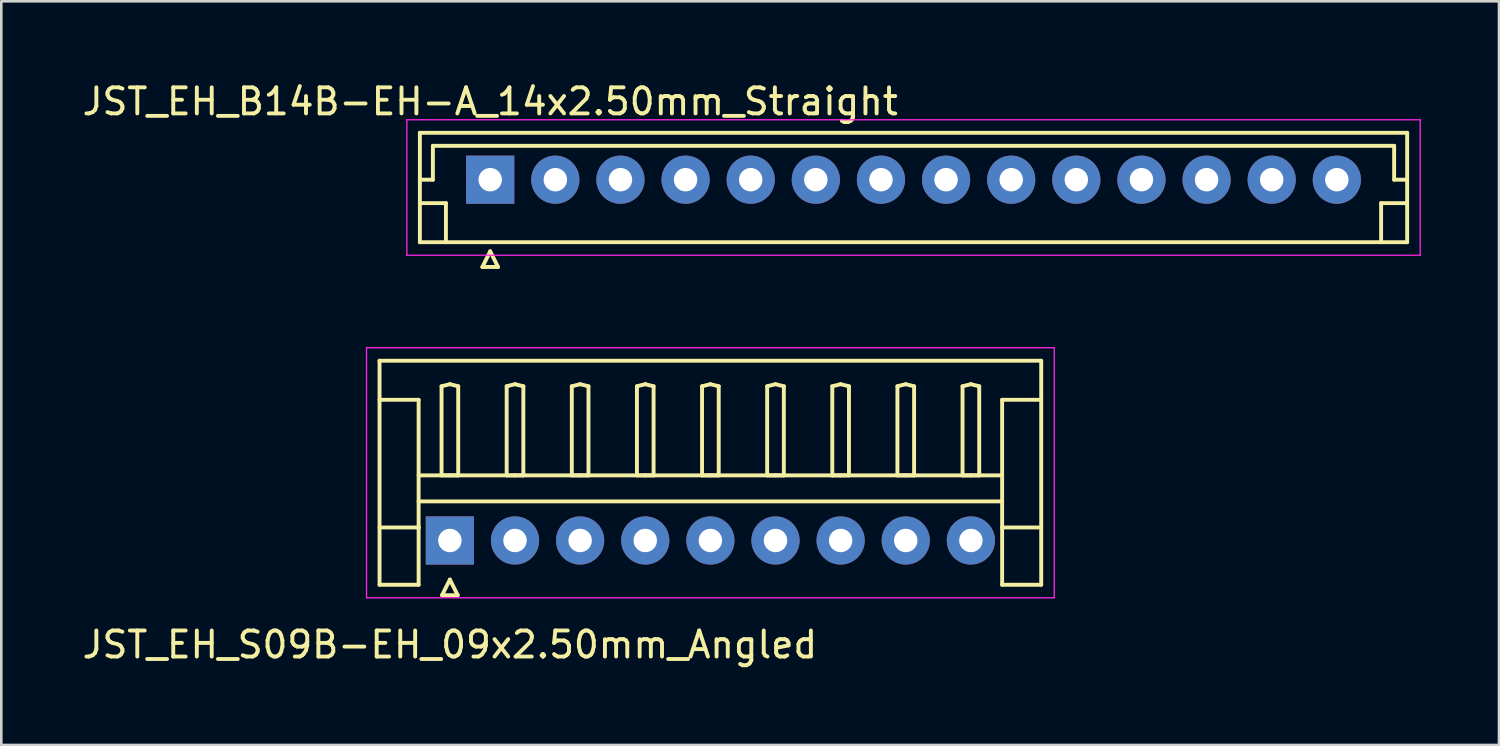
<source format=kicad_pcb>
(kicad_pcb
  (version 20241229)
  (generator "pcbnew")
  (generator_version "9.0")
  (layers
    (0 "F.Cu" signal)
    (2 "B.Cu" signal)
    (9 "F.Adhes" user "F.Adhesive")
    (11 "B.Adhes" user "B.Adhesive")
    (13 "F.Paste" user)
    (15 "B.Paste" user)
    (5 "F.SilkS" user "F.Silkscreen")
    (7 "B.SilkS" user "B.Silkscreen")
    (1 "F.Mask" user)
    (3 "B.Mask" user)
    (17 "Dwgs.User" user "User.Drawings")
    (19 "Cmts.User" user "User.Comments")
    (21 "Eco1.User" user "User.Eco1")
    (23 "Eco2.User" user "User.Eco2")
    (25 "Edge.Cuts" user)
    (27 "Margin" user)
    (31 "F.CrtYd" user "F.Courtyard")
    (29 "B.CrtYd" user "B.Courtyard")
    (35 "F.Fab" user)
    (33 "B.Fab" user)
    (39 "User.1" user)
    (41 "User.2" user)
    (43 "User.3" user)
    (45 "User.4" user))
  (footprint "JST_EH_B14B-EH-A_14x2.50mm_Straight"
    (layer "F.Cu")
    (at 15.768 3.848)
    (property "Reference" "JST_EH_B14B-EH-A_14x2.50mm_Straight" (at 0 -3 0) (layer "F.SilkS") (effects (font (size 1 1) (thickness 0.15))))
    (attr through_hole)
    (fp_line (start -2.7 -1.8) (end -2.7 2.4) (stroke (width 0.15) (type solid)) (layer "F.SilkS"))
    (fp_line (start -2.7 0) (end -2.2 0) (stroke (width 0.15) (type solid)) (layer "F.SilkS"))
    (fp_line (start -2.7 0.9) (end -1.7 0.9) (stroke (width 0.15) (type solid)) (layer "F.SilkS"))
    (fp_line (start -2.7 2.4) (end 35.2 2.4) (stroke (width 0.15) (type solid)) (layer "F.SilkS"))
    (fp_line (start -2.2 -1.3) (end 34.7 -1.3) (stroke (width 0.15) (type solid)) (layer "F.SilkS"))
    (fp_line (start -2.2 0) (end -2.2 -1.3) (stroke (width 0.15) (type solid)) (layer "F.SilkS"))
    (fp_line (start -1.7 0.9) (end -1.7 2.4) (stroke (width 0.15) (type solid)) (layer "F.SilkS"))
    (fp_line (start -0.3 3.35) (end 0.3 3.35) (stroke (width 0.15) (type solid)) (layer "F.SilkS"))
    (fp_line (start 0 2.75) (end -0.3 3.35) (stroke (width 0.15) (type solid)) (layer "F.SilkS"))
    (fp_line (start 0.3 3.35) (end 0 2.75) (stroke (width 0.15) (type solid)) (layer "F.SilkS"))
    (fp_line (start 34.2 0.9) (end 34.2 2.4) (stroke (width 0.15) (type solid)) (layer "F.SilkS"))
    (fp_line (start 34.7 -1.3) (end 34.7 0) (stroke (width 0.15) (type solid)) (layer "F.SilkS"))
    (fp_line (start 34.7 0) (end 35.2 0) (stroke (width 0.15) (type solid)) (layer "F.SilkS"))
    (fp_line (start 35.2 -1.8) (end -2.7 -1.8) (stroke (width 0.15) (type solid)) (layer "F.SilkS"))
    (fp_line (start 35.2 0.9) (end 34.2 0.9) (stroke (width 0.15) (type solid)) (layer "F.SilkS"))
    (fp_line (start 35.2 2.4) (end 35.2 -1.8) (stroke (width 0.15) (type solid)) (layer "F.SilkS"))
    (fp_line (start -3.2 -2.3) (end -3.2 2.9) (stroke (width 0.05) (type solid)) (layer "F.CrtYd"))
    (fp_line (start -3.2 2.9) (end 35.7 2.9) (stroke (width 0.05) (type solid)) (layer "F.CrtYd"))
    (fp_line (start 35.7 -2.3) (end -3.2 -2.3) (stroke (width 0.05) (type solid)) (layer "F.CrtYd"))
    (fp_line (start 35.7 2.9) (end 35.7 -2.3) (stroke (width 0.05) (type solid)) (layer "F.CrtYd"))
    (pad "1" thru_hole rect (at 0 0) (size 1.85 1.85) (drill 0.9) (layers "*.Cu" "*.Mask"))
    (pad "2" thru_hole circle (at 2.5 0) (size 1.85 1.85) (drill 0.9) (layers "*.Cu" "*.Mask"))
    (pad "3" thru_hole circle (at 5 0) (size 1.85 1.85) (drill 0.9) (layers "*.Cu" "*.Mask"))
    (pad "4" thru_hole circle (at 7.5 0) (size 1.85 1.85) (drill 0.9) (layers "*.Cu" "*.Mask"))
    (pad "5" thru_hole circle (at 10 0) (size 1.85 1.85) (drill 0.9) (layers "*.Cu" "*.Mask"))
    (pad "6" thru_hole circle (at 12.5 0) (size 1.85 1.85) (drill 0.9) (layers "*.Cu" "*.Mask"))
    (pad "7" thru_hole circle (at 15 0) (size 1.85 1.85) (drill 0.9) (layers "*.Cu" "*.Mask"))
    (pad "8" thru_hole circle (at 17.5 0) (size 1.85 1.85) (drill 0.9) (layers "*.Cu" "*.Mask"))
    (pad "9" thru_hole circle (at 20 0) (size 1.85 1.85) (drill 0.9) (layers "*.Cu" "*.Mask"))
    (pad "10" thru_hole circle (at 22.5 0) (size 1.85 1.85) (drill 0.9) (layers "*.Cu" "*.Mask"))
    (pad "11" thru_hole circle (at 25 0) (size 1.85 1.85) (drill 0.9) (layers "*.Cu" "*.Mask"))
    (pad "12" thru_hole circle (at 27.5 0) (size 1.85 1.85) (drill 0.9) (layers "*.Cu" "*.Mask"))
    (pad "13" thru_hole circle (at 30 0) (size 1.85 1.85) (drill 0.9) (layers "*.Cu" "*.Mask"))
    (pad "14" thru_hole circle (at 32.5 0) (size 1.85 1.85) (drill 0.9) (layers "*.Cu" "*.Mask")))
  (footprint "JST_EH_S09B-EH_09x2.50mm_Angled"
    (layer "F.Cu")
    (at 14.22 17.698)
    (property "Reference" "JST_EH_S09B-EH_09x2.50mm_Angled" (at 0 4 0) (layer "F.SilkS") (effects (font (size 1 1) (thickness 0.15))))
    (attr through_hole)
    (fp_line (start -2.7 -6.9) (end 22.7 -6.9) (stroke (width 0.15) (type solid)) (layer "F.SilkS"))
    (fp_line (start -2.7 -5.4) (end -1.2 -5.4) (stroke (width 0.15) (type solid)) (layer "F.SilkS"))
    (fp_line (start -2.7 1.7) (end -2.7 -6.9) (stroke (width 0.15) (type solid)) (layer "F.SilkS"))
    (fp_line (start -1.2 -5.4) (end -1.2 -0.5) (stroke (width 0.15) (type solid)) (layer "F.SilkS"))
    (fp_line (start -1.2 -2.5) (end 21.2 -2.5) (stroke (width 0.15) (type solid)) (layer "F.SilkS"))
    (fp_line (start -1.2 -1.5) (end 21.2 -1.5) (stroke (width 0.15) (type solid)) (layer "F.SilkS"))
    (fp_line (start -1.2 -0.5) (end -2.7 -0.5) (stroke (width 0.15) (type solid)) (layer "F.SilkS"))
    (fp_line (start -1.2 -0.5) (end -1.2 1.7) (stroke (width 0.15) (type solid)) (layer "F.SilkS"))
    (fp_line (start -1.2 1.7) (end -2.7 1.7) (stroke (width 0.15) (type solid)) (layer "F.SilkS"))
    (fp_line (start -0.32 -5.92) (end 0 -6) (stroke (width 0.15) (type solid)) (layer "F.SilkS"))
    (fp_line (start -0.32 -2.5) (end -0.32 -5.92) (stroke (width 0.15) (type solid)) (layer "F.SilkS"))
    (fp_line (start -0.3 2.1) (end 0.3 2.1) (stroke (width 0.15) (type solid)) (layer "F.SilkS"))
    (fp_line (start 0 -6) (end 0.32 -5.92) (stroke (width 0.15) (type solid)) (layer "F.SilkS"))
    (fp_line (start 0 -2.5) (end -0.32 -2.5) (stroke (width 0.15) (type solid)) (layer "F.SilkS"))
    (fp_line (start 0 1.5) (end -0.3 2.1) (stroke (width 0.15) (type solid)) (layer "F.SilkS"))
    (fp_line (start 0.3 2.1) (end 0 1.5) (stroke (width 0.15) (type solid)) (layer "F.SilkS"))
    (fp_line (start 0.32 -5.92) (end 0.32 -2.5) (stroke (width 0.15) (type solid)) (layer "F.SilkS"))
    (fp_line (start 0.32 -2.5) (end 0 -2.5) (stroke (width 0.15) (type solid)) (layer "F.SilkS"))
    (fp_line (start 2.18 -5.92) (end 2.5 -6) (stroke (width 0.15) (type solid)) (layer "F.SilkS"))
    (fp_line (start 2.18 -2.5) (end 2.18 -5.92) (stroke (width 0.15) (type solid)) (layer "F.SilkS"))
    (fp_line (start 2.5 -6) (end 2.82 -5.92) (stroke (width 0.15) (type solid)) (layer "F.SilkS"))
    (fp_line (start 2.5 -2.5) (end 2.18 -2.5) (stroke (width 0.15) (type solid)) (layer "F.SilkS"))
    (fp_line (start 2.82 -5.92) (end 2.82 -2.5) (stroke (width 0.15) (type solid)) (layer "F.SilkS"))
    (fp_line (start 2.82 -2.5) (end 2.5 -2.5) (stroke (width 0.15) (type solid)) (layer "F.SilkS"))
    (fp_line (start 4.68 -5.92) (end 5 -6) (stroke (width 0.15) (type solid)) (layer "F.SilkS"))
    (fp_line (start 4.68 -2.5) (end 4.68 -5.92) (stroke (width 0.15) (type solid)) (layer "F.SilkS"))
    (fp_line (start 5 -6) (end 5.32 -5.92) (stroke (width 0.15) (type solid)) (layer "F.SilkS"))
    (fp_line (start 5 -2.5) (end 4.68 -2.5) (stroke (width 0.15) (type solid)) (layer "F.SilkS"))
    (fp_line (start 5.32 -5.92) (end 5.32 -2.5) (stroke (width 0.15) (type solid)) (layer "F.SilkS"))
    (fp_line (start 5.32 -2.5) (end 5 -2.5) (stroke (width 0.15) (type solid)) (layer "F.SilkS"))
    (fp_line (start 7.18 -5.92) (end 7.5 -6) (stroke (width 0.15) (type solid)) (layer "F.SilkS"))
    (fp_line (start 7.18 -2.5) (end 7.18 -5.92) (stroke (width 0.15) (type solid)) (layer "F.SilkS"))
    (fp_line (start 7.5 -6) (end 7.82 -5.92) (stroke (width 0.15) (type solid)) (layer "F.SilkS"))
    (fp_line (start 7.5 -2.5) (end 7.18 -2.5) (stroke (width 0.15) (type solid)) (layer "F.SilkS"))
    (fp_line (start 7.82 -5.92) (end 7.82 -2.5) (stroke (width 0.15) (type solid)) (layer "F.SilkS"))
    (fp_line (start 7.82 -2.5) (end 7.5 -2.5) (stroke (width 0.15) (type solid)) (layer "F.SilkS"))
    (fp_line (start 9.68 -5.92) (end 10 -6) (stroke (width 0.15) (type solid)) (layer "F.SilkS"))
    (fp_line (start 9.68 -2.5) (end 9.68 -5.92) (stroke (width 0.15) (type solid)) (layer "F.SilkS"))
    (fp_line (start 10 -6) (end 10.32 -5.92) (stroke (width 0.15) (type solid)) (layer "F.SilkS"))
    (fp_line (start 10 -2.5) (end 9.68 -2.5) (stroke (width 0.15) (type solid)) (layer "F.SilkS"))
    (fp_line (start 10.32 -5.92) (end 10.32 -2.5) (stroke (width 0.15) (type solid)) (layer "F.SilkS"))
    (fp_line (start 10.32 -2.5) (end 10 -2.5) (stroke (width 0.15) (type solid)) (layer "F.SilkS"))
    (fp_line (start 12.18 -5.92) (end 12.5 -6) (stroke (width 0.15) (type solid)) (layer "F.SilkS"))
    (fp_line (start 12.18 -2.5) (end 12.18 -5.92) (stroke (width 0.15) (type solid)) (layer "F.SilkS"))
    (fp_line (start 12.5 -6) (end 12.82 -5.92) (stroke (width 0.15) (type solid)) (layer "F.SilkS"))
    (fp_line (start 12.5 -2.5) (end 12.18 -2.5) (stroke (width 0.15) (type solid)) (layer "F.SilkS"))
    (fp_line (start 12.82 -5.92) (end 12.82 -2.5) (stroke (width 0.15) (type solid)) (layer "F.SilkS"))
    (fp_line (start 12.82 -2.5) (end 12.5 -2.5) (stroke (width 0.15) (type solid)) (layer "F.SilkS"))
    (fp_line (start 14.68 -5.92) (end 15 -6) (stroke (width 0.15) (type solid)) (layer "F.SilkS"))
    (fp_line (start 14.68 -2.5) (end 14.68 -5.92) (stroke (width 0.15) (type solid)) (layer "F.SilkS"))
    (fp_line (start 15 -6) (end 15.32 -5.92) (stroke (width 0.15) (type solid)) (layer "F.SilkS"))
    (fp_line (start 15 -2.5) (end 14.68 -2.5) (stroke (width 0.15) (type solid)) (layer "F.SilkS"))
    (fp_line (start 15.32 -5.92) (end 15.32 -2.5) (stroke (width 0.15) (type solid)) (layer "F.SilkS"))
    (fp_line (start 15.32 -2.5) (end 15 -2.5) (stroke (width 0.15) (type solid)) (layer "F.SilkS"))
    (fp_line (start 17.18 -5.92) (end 17.5 -6) (stroke (width 0.15) (type solid)) (layer "F.SilkS"))
    (fp_line (start 17.18 -2.5) (end 17.18 -5.92) (stroke (width 0.15) (type solid)) (layer "F.SilkS"))
    (fp_line (start 17.5 -6) (end 17.82 -5.92) (stroke (width 0.15) (type solid)) (layer "F.SilkS"))
    (fp_line (start 17.5 -2.5) (end 17.18 -2.5) (stroke (width 0.15) (type solid)) (layer "F.SilkS"))
    (fp_line (start 17.82 -5.92) (end 17.82 -2.5) (stroke (width 0.15) (type solid)) (layer "F.SilkS"))
    (fp_line (start 17.82 -2.5) (end 17.5 -2.5) (stroke (width 0.15) (type solid)) (layer "F.SilkS"))
    (fp_line (start 19.68 -5.92) (end 20 -6) (stroke (width 0.15) (type solid)) (layer "F.SilkS"))
    (fp_line (start 19.68 -2.5) (end 19.68 -5.92) (stroke (width 0.15) (type solid)) (layer "F.SilkS"))
    (fp_line (start 20 -6) (end 20.32 -5.92) (stroke (width 0.15) (type solid)) (layer "F.SilkS"))
    (fp_line (start 20 -2.5) (end 19.68 -2.5) (stroke (width 0.15) (type solid)) (layer "F.SilkS"))
    (fp_line (start 20.32 -5.92) (end 20.32 -2.5) (stroke (width 0.15) (type solid)) (layer "F.SilkS"))
    (fp_line (start 20.32 -2.5) (end 20 -2.5) (stroke (width 0.15) (type solid)) (layer "F.SilkS"))
    (fp_line (start 21.2 -5.4) (end 21.2 -0.5) (stroke (width 0.15) (type solid)) (layer "F.SilkS"))
    (fp_line (start 21.2 -0.5) (end 22.7 -0.5) (stroke (width 0.15) (type solid)) (layer "F.SilkS"))
    (fp_line (start 21.2 1.7) (end 21.2 -0.5) (stroke (width 0.15) (type solid)) (layer "F.SilkS"))
    (fp_line (start 22.7 -6.9) (end 22.7 1.7) (stroke (width 0.15) (type solid)) (layer "F.SilkS"))
    (fp_line (start 22.7 -5.4) (end 21.2 -5.4) (stroke (width 0.15) (type solid)) (layer "F.SilkS"))
    (fp_line (start 22.7 1.7) (end 21.2 1.7) (stroke (width 0.15) (type solid)) (layer "F.SilkS"))
    (fp_line (start -3.2 -7.4) (end -3.2 2.2) (stroke (width 0.05) (type solid)) (layer "F.CrtYd"))
    (fp_line (start -3.2 2.2) (end 23.2 2.2) (stroke (width 0.05) (type solid)) (layer "F.CrtYd"))
    (fp_line (start 23.2 -7.4) (end -3.2 -7.4) (stroke (width 0.05) (type solid)) (layer "F.CrtYd"))
    (fp_line (start 23.2 2.2) (end 23.2 -7.4) (stroke (width 0.05) (type solid)) (layer "F.CrtYd"))
    (pad "1" thru_hole rect (at 0 0) (size 1.85 1.85) (drill 0.9) (layers "*.Cu" "*.Mask"))
    (pad "2" thru_hole circle (at 2.5 0) (size 1.85 1.85) (drill 0.9) (layers "*.Cu" "*.Mask"))
    (pad "3" thru_hole circle (at 5 0) (size 1.85 1.85) (drill 0.9) (layers "*.Cu" "*.Mask"))
    (pad "4" thru_hole circle (at 7.5 0) (size 1.85 1.85) (drill 0.9) (layers "*.Cu" "*.Mask"))
    (pad "5" thru_hole circle (at 10 0) (size 1.85 1.85) (drill 0.9) (layers "*.Cu" "*.Mask"))
    (pad "6" thru_hole circle (at 12.5 0) (size 1.85 1.85) (drill 0.9) (layers "*.Cu" "*.Mask"))
    (pad "7" thru_hole circle (at 15 0) (size 1.85 1.85) (drill 0.9) (layers "*.Cu" "*.Mask"))
    (pad "8" thru_hole circle (at 17.5 0) (size 1.85 1.85) (drill 0.9) (layers "*.Cu" "*.Mask"))
    (pad "9" thru_hole circle (at 20 0) (size 1.85 1.85) (drill 0.9) (layers "*.Cu" "*.Mask")))
  (gr_rect
    (start -3 -3)
    (end 54.493 25.547)
    (stroke (width 0.1) (type default))
    (fill no)
    (layer "Edge.Cuts")))
</source>
